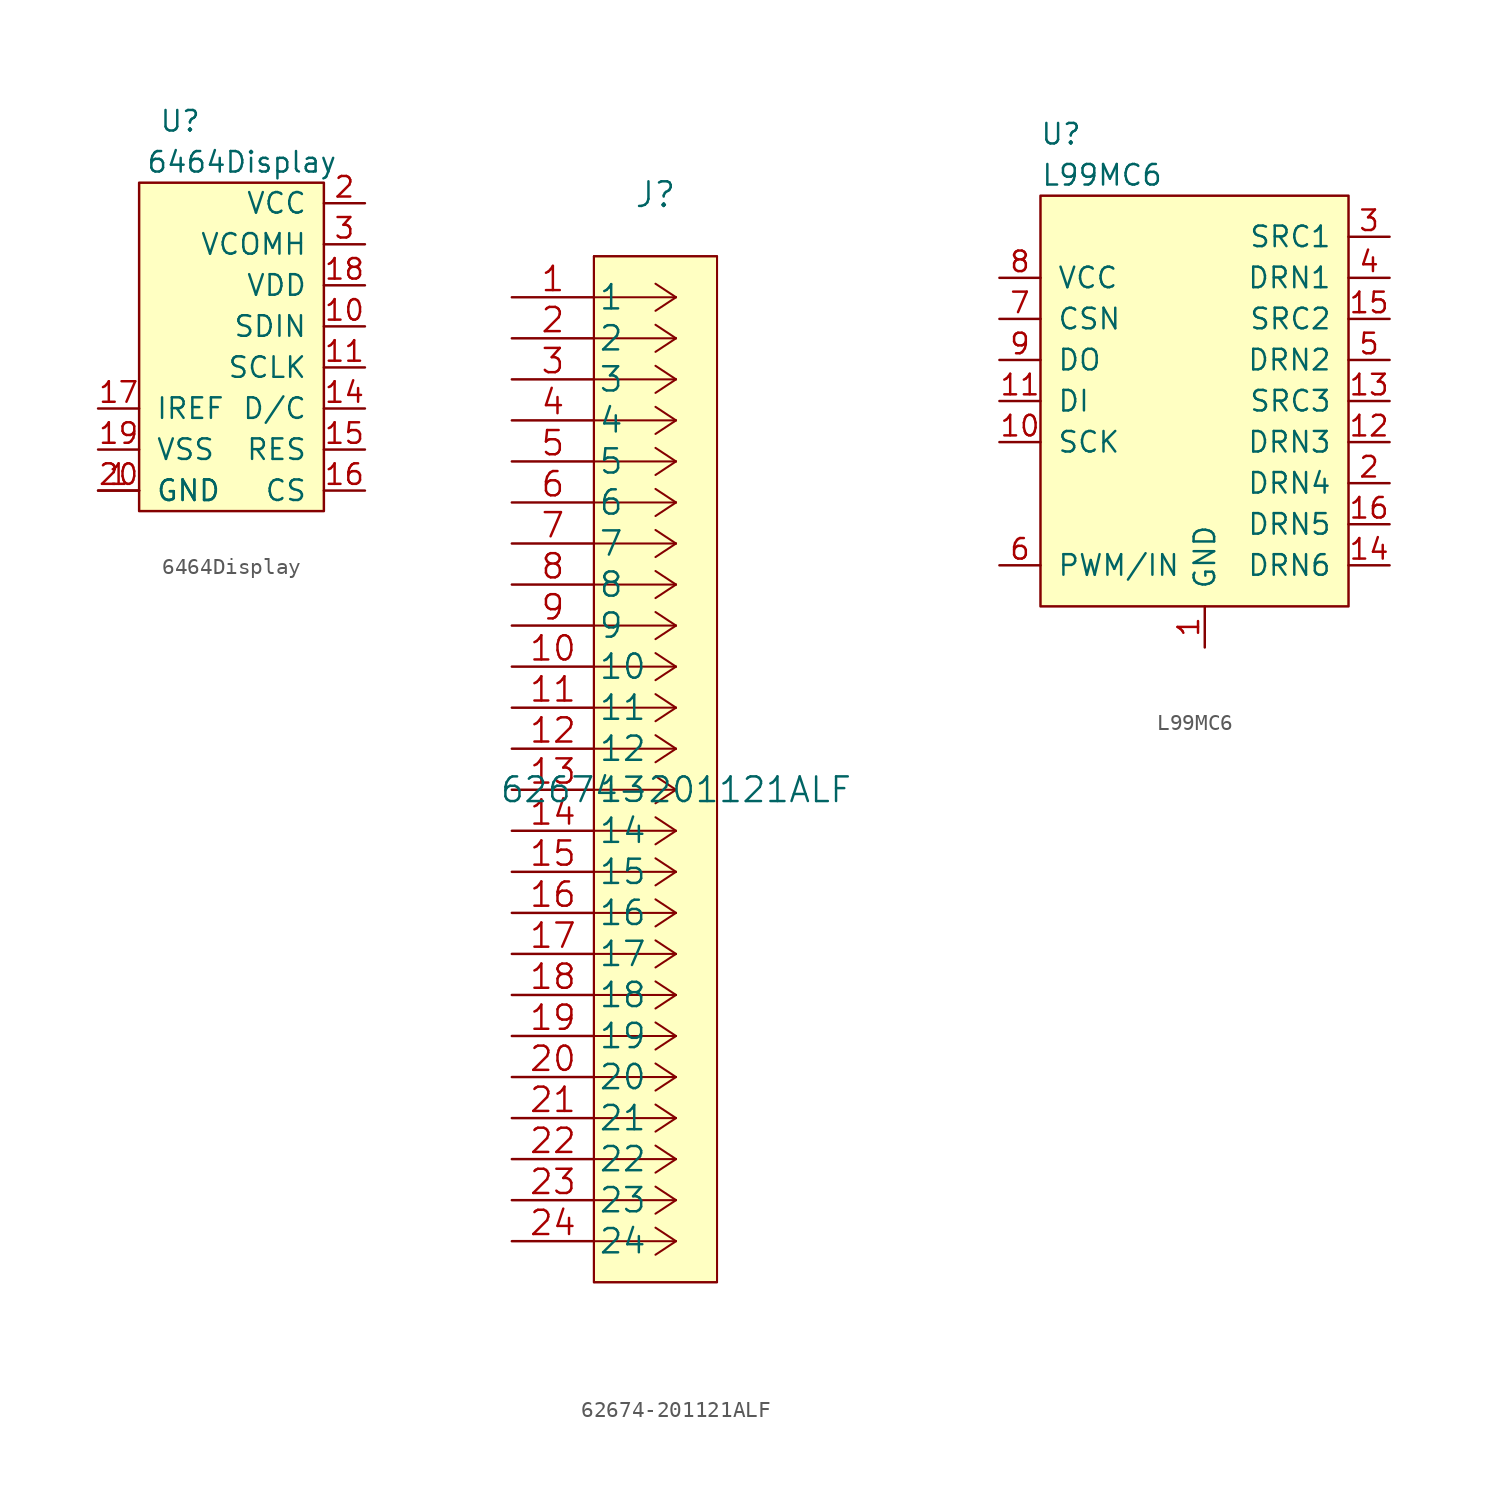
<source format=kicad_sym>
(kicad_symbol_lib
  (version 20220914)
  (generator kicad_symbol_editor)
  (symbol "6464Display"
    (pin_names
      (offset 1.016))
    (property "Reference" "U"
      (at 2.54 24.13 0)
      (effects (font (size 1.27 1.27))))
    (property "Value" "6464Display"
      (at 6.35 21.59 0)
      (effects (font (size 1.27 1.27))))
    (symbol "6464Display_0_1"
      (rectangle (start 0 0) (end 11.43 20.32) (stroke (width 0) (type solid)) (fill (type background))))
    (symbol "6464Display_1_1"
      (pin input line (at -2.54 1.27 0) (length 2.54) (name "GND" (effects (font (size 1.27 1.27)))) (number "1" (effects (font (size 1.27 1.27)))))
      (pin input line (at 13.97 11.43 180) (length 2.54) (name "SDIN" (effects (font (size 1.27 1.27)))) (number "10" (effects (font (size 1.27 1.27)))))
      (pin input line (at 13.97 8.89 180) (length 2.54) (name "SCLK" (effects (font (size 1.27 1.27)))) (number "11" (effects (font (size 1.27 1.27)))))
      (pin input line (at 13.97 6.35 180) (length 2.54) (name "D/C" (effects (font (size 1.27 1.27)))) (number "14" (effects (font (size 1.27 1.27)))))
      (pin input line (at 13.97 3.81 180) (length 2.54) (name "RES" (effects (font (size 1.27 1.27)))) (number "15" (effects (font (size 1.27 1.27)))))
      (pin input line (at 13.97 1.27 180) (length 2.54) (name "CS" (effects (font (size 1.27 1.27)))) (number "16" (effects (font (size 1.27 1.27)))))
      (pin input line (at -2.54 6.35 0) (length 2.54) (name "IREF" (effects (font (size 1.27 1.27)))) (number "17" (effects (font (size 1.27 1.27)))))
      (pin input line (at 13.97 13.97 180) (length 2.54) (name "VDD" (effects (font (size 1.27 1.27)))) (number "18" (effects (font (size 1.27 1.27)))))
      (pin input line (at -2.54 3.81 0) (length 2.54) (name "VSS" (effects (font (size 1.27 1.27)))) (number "19" (effects (font (size 1.27 1.27)))))
      (pin input line (at 13.97 19.05 180) (length 2.54) (name "VCC" (effects (font (size 1.27 1.27)))) (number "2" (effects (font (size 1.27 1.27)))))
      (pin input line (at -2.54 1.27 0) (length 2.54) (name "GND" (effects (font (size 1.27 1.27)))) (number "20" (effects (font (size 1.27 1.27)))))
      (pin input line (at 13.97 16.51 180) (length 2.54) (name "VCOMH" (effects (font (size 1.27 1.27)))) (number "3" (effects (font (size 1.27 1.27)))))))
  (symbol "62674-201121ALF"
    (pin_names
      (offset 0.254))
    (property "Reference" "J"
      (at 8.89 6.35 0)
      (effects (font (size 1.524 1.524))))
    (property "Value" "62674-201121ALF"
      (at 10.16 -30.48 0)
      (effects (font (size 1.524 1.524))))
    (property "Datasheet" ""
      (at 0 0 0)
      (effects (font (size 1.524 1.524))))
    (symbol "62674-201121ALF_1_0"
      (polyline (pts (xy 5.08 -60.96) (xy 12.7 -60.96)) (stroke (width 0.127) (type solid)) (fill (type none)))
      (polyline (pts (xy 5.08 2.54) (xy 5.08 -60.96)) (stroke (width 0.127) (type solid)) (fill (type none)))
      (polyline (pts (xy 10.16 -58.42) (xy 5.08 -58.42)) (stroke (width 0.127) (type solid)) (fill (type none)))
      (polyline (pts (xy 10.16 -58.42) (xy 8.89 -59.258)) (stroke (width 0.127) (type solid)) (fill (type none)))
      (polyline (pts (xy 10.16 -58.42) (xy 8.89 -57.582)) (stroke (width 0.127) (type solid)) (fill (type none)))
      (polyline (pts (xy 10.16 -55.88) (xy 5.08 -55.88)) (stroke (width 0.127) (type solid)) (fill (type none)))
      (polyline (pts (xy 10.16 -55.88) (xy 8.89 -56.718)) (stroke (width 0.127) (type solid)) (fill (type none)))
      (polyline (pts (xy 10.16 -55.88) (xy 8.89 -55.042)) (stroke (width 0.127) (type solid)) (fill (type none)))
      (polyline (pts (xy 10.16 -53.34) (xy 5.08 -53.34)) (stroke (width 0.127) (type solid)) (fill (type none)))
      (polyline (pts (xy 10.16 -53.34) (xy 8.89 -54.178)) (stroke (width 0.127) (type solid)) (fill (type none)))
      (polyline (pts (xy 10.16 -53.34) (xy 8.89 -52.502)) (stroke (width 0.127) (type solid)) (fill (type none)))
      (polyline (pts (xy 10.16 -50.8) (xy 5.08 -50.8)) (stroke (width 0.127) (type solid)) (fill (type none)))
      (polyline (pts (xy 10.16 -50.8) (xy 8.89 -51.638)) (stroke (width 0.127) (type solid)) (fill (type none)))
      (polyline (pts (xy 10.16 -50.8) (xy 8.89 -49.962)) (stroke (width 0.127) (type solid)) (fill (type none)))
      (polyline (pts (xy 10.16 -48.26) (xy 5.08 -48.26)) (stroke (width 0.127) (type solid)) (fill (type none)))
      (polyline (pts (xy 10.16 -48.26) (xy 8.89 -49.098)) (stroke (width 0.127) (type solid)) (fill (type none)))
      (polyline (pts (xy 10.16 -48.26) (xy 8.89 -47.422)) (stroke (width 0.127) (type solid)) (fill (type none)))
      (polyline (pts (xy 10.16 -45.72) (xy 5.08 -45.72)) (stroke (width 0.127) (type solid)) (fill (type none)))
      (polyline (pts (xy 10.16 -45.72) (xy 8.89 -46.558)) (stroke (width 0.127) (type solid)) (fill (type none)))
      (polyline (pts (xy 10.16 -45.72) (xy 8.89 -44.882)) (stroke (width 0.127) (type solid)) (fill (type none)))
      (polyline (pts (xy 10.16 -43.18) (xy 5.08 -43.18)) (stroke (width 0.127) (type solid)) (fill (type none)))
      (polyline (pts (xy 10.16 -43.18) (xy 8.89 -44.018)) (stroke (width 0.127) (type solid)) (fill (type none)))
      (polyline (pts (xy 10.16 -43.18) (xy 8.89 -42.342)) (stroke (width 0.127) (type solid)) (fill (type none)))
      (polyline (pts (xy 10.16 -40.64) (xy 5.08 -40.64)) (stroke (width 0.127) (type solid)) (fill (type none)))
      (polyline (pts (xy 10.16 -40.64) (xy 8.89 -41.478)) (stroke (width 0.127) (type solid)) (fill (type none)))
      (polyline (pts (xy 10.16 -40.64) (xy 8.89 -39.802)) (stroke (width 0.127) (type solid)) (fill (type none)))
      (polyline (pts (xy 10.16 -38.1) (xy 5.08 -38.1)) (stroke (width 0.127) (type solid)) (fill (type none)))
      (polyline (pts (xy 10.16 -38.1) (xy 8.89 -38.938)) (stroke (width 0.127) (type solid)) (fill (type none)))
      (polyline (pts (xy 10.16 -38.1) (xy 8.89 -37.262)) (stroke (width 0.127) (type solid)) (fill (type none)))
      (polyline (pts (xy 10.16 -35.56) (xy 5.08 -35.56)) (stroke (width 0.127) (type solid)) (fill (type none)))
      (polyline (pts (xy 10.16 -35.56) (xy 8.89 -36.398)) (stroke (width 0.127) (type solid)) (fill (type none)))
      (polyline (pts (xy 10.16 -35.56) (xy 8.89 -34.722)) (stroke (width 0.127) (type solid)) (fill (type none)))
      (polyline (pts (xy 10.16 -33.02) (xy 5.08 -33.02)) (stroke (width 0.127) (type solid)) (fill (type none)))
      (polyline (pts (xy 10.16 -33.02) (xy 8.89 -33.858)) (stroke (width 0.127) (type solid)) (fill (type none)))
      (polyline (pts (xy 10.16 -33.02) (xy 8.89 -32.182)) (stroke (width 0.127) (type solid)) (fill (type none)))
      (polyline (pts (xy 10.16 -30.48) (xy 5.08 -30.48)) (stroke (width 0.127) (type solid)) (fill (type none)))
      (polyline (pts (xy 10.16 -30.48) (xy 8.89 -31.318)) (stroke (width 0.127) (type solid)) (fill (type none)))
      (polyline (pts (xy 10.16 -30.48) (xy 8.89 -29.642)) (stroke (width 0.127) (type solid)) (fill (type none)))
      (polyline (pts (xy 10.16 -27.94) (xy 5.08 -27.94)) (stroke (width 0.127) (type solid)) (fill (type none)))
      (polyline (pts (xy 10.16 -27.94) (xy 8.89 -28.778)) (stroke (width 0.127) (type solid)) (fill (type none)))
      (polyline (pts (xy 10.16 -27.94) (xy 8.89 -27.102)) (stroke (width 0.127) (type solid)) (fill (type none)))
      (polyline (pts (xy 10.16 -25.4) (xy 5.08 -25.4)) (stroke (width 0.127) (type solid)) (fill (type none)))
      (polyline (pts (xy 10.16 -25.4) (xy 8.89 -26.238)) (stroke (width 0.127) (type solid)) (fill (type none)))
      (polyline (pts (xy 10.16 -25.4) (xy 8.89 -24.562)) (stroke (width 0.127) (type solid)) (fill (type none)))
      (polyline (pts (xy 10.16 -22.86) (xy 5.08 -22.86)) (stroke (width 0.127) (type solid)) (fill (type none)))
      (polyline (pts (xy 10.16 -22.86) (xy 8.89 -23.698)) (stroke (width 0.127) (type solid)) (fill (type none)))
      (polyline (pts (xy 10.16 -22.86) (xy 8.89 -22.022)) (stroke (width 0.127) (type solid)) (fill (type none)))
      (polyline (pts (xy 10.16 -20.32) (xy 5.08 -20.32)) (stroke (width 0.127) (type solid)) (fill (type none)))
      (polyline (pts (xy 10.16 -20.32) (xy 8.89 -21.158)) (stroke (width 0.127) (type solid)) (fill (type none)))
      (polyline (pts (xy 10.16 -20.32) (xy 8.89 -19.482)) (stroke (width 0.127) (type solid)) (fill (type none)))
      (polyline (pts (xy 10.16 -17.78) (xy 5.08 -17.78)) (stroke (width 0.127) (type solid)) (fill (type none)))
      (polyline (pts (xy 10.16 -17.78) (xy 8.89 -18.618)) (stroke (width 0.127) (type solid)) (fill (type none)))
      (polyline (pts (xy 10.16 -17.78) (xy 8.89 -16.942)) (stroke (width 0.127) (type solid)) (fill (type none)))
      (polyline (pts (xy 10.16 -15.24) (xy 5.08 -15.24)) (stroke (width 0.127) (type solid)) (fill (type none)))
      (polyline (pts (xy 10.16 -15.24) (xy 8.89 -16.078)) (stroke (width 0.127) (type solid)) (fill (type none)))
      (polyline (pts (xy 10.16 -15.24) (xy 8.89 -14.402)) (stroke (width 0.127) (type solid)) (fill (type none)))
      (polyline (pts (xy 10.16 -12.7) (xy 5.08 -12.7)) (stroke (width 0.127) (type solid)) (fill (type none)))
      (polyline (pts (xy 10.16 -12.7) (xy 8.89 -13.538)) (stroke (width 0.127) (type solid)) (fill (type none)))
      (polyline (pts (xy 10.16 -12.7) (xy 8.89 -11.862)) (stroke (width 0.127) (type solid)) (fill (type none)))
      (polyline (pts (xy 10.16 -10.16) (xy 5.08 -10.16)) (stroke (width 0.127) (type solid)) (fill (type none)))
      (polyline (pts (xy 10.16 -10.16) (xy 8.89 -10.998)) (stroke (width 0.127) (type solid)) (fill (type none)))
      (polyline (pts (xy 10.16 -10.16) (xy 8.89 -9.322)) (stroke (width 0.127) (type solid)) (fill (type none)))
      (polyline (pts (xy 10.16 -7.62) (xy 5.08 -7.62)) (stroke (width 0.127) (type solid)) (fill (type none)))
      (polyline (pts (xy 10.16 -7.62) (xy 8.89 -8.458)) (stroke (width 0.127) (type solid)) (fill (type none)))
      (polyline (pts (xy 10.16 -7.62) (xy 8.89 -6.782)) (stroke (width 0.127) (type solid)) (fill (type none)))
      (polyline (pts (xy 10.16 -5.08) (xy 5.08 -5.08)) (stroke (width 0.127) (type solid)) (fill (type none)))
      (polyline (pts (xy 10.16 -5.08) (xy 8.89 -5.918)) (stroke (width 0.127) (type solid)) (fill (type none)))
      (polyline (pts (xy 10.16 -5.08) (xy 8.89 -4.242)) (stroke (width 0.127) (type solid)) (fill (type none)))
      (polyline (pts (xy 10.16 -2.54) (xy 5.08 -2.54)) (stroke (width 0.127) (type solid)) (fill (type none)))
      (polyline (pts (xy 10.16 -2.54) (xy 8.89 -3.378)) (stroke (width 0.127) (type solid)) (fill (type none)))
      (polyline (pts (xy 10.16 -2.54) (xy 8.89 -1.702)) (stroke (width 0.127) (type solid)) (fill (type none)))
      (polyline (pts (xy 10.16 0) (xy 5.08 0)) (stroke (width 0.127) (type solid)) (fill (type none)))
      (polyline (pts (xy 10.16 0) (xy 8.89 -0.838)) (stroke (width 0.127) (type solid)) (fill (type none)))
      (polyline (pts (xy 10.16 0) (xy 8.89 0.838)) (stroke (width 0.127) (type solid)) (fill (type none)))
      (polyline (pts (xy 12.7 2.54) (xy 5.08 2.54)) (stroke (width 0.127) (type solid)) (fill (type none)))
      (rectangle (start 5.08 -60.96) (end 12.7 2.54) (stroke (width 0.127) (type solid)) (fill (type background)))
      (pin unspecified line (at 0 0 0) (length 5.08) (name "1" (effects (font (size 1.499 1.499)))) (number "1" (effects (font (size 1.499 1.499)))))
      (pin unspecified line (at 0 -22.86 0) (length 5.08) (name "10" (effects (font (size 1.499 1.499)))) (number "10" (effects (font (size 1.499 1.499)))))
      (pin unspecified line (at 0 -25.4 0) (length 5.08) (name "11" (effects (font (size 1.499 1.499)))) (number "11" (effects (font (size 1.499 1.499)))))
      (pin unspecified line (at 0 -27.94 0) (length 5.08) (name "12" (effects (font (size 1.499 1.499)))) (number "12" (effects (font (size 1.499 1.499)))))
      (pin unspecified line (at 0 -30.48 0) (length 5.08) (name "13" (effects (font (size 1.499 1.499)))) (number "13" (effects (font (size 1.499 1.499)))))
      (pin unspecified line (at 0 -33.02 0) (length 5.08) (name "14" (effects (font (size 1.499 1.499)))) (number "14" (effects (font (size 1.499 1.499)))))
      (pin unspecified line (at 0 -35.56 0) (length 5.08) (name "15" (effects (font (size 1.499 1.499)))) (number "15" (effects (font (size 1.499 1.499)))))
      (pin unspecified line (at 0 -38.1 0) (length 5.08) (name "16" (effects (font (size 1.499 1.499)))) (number "16" (effects (font (size 1.499 1.499)))))
      (pin unspecified line (at 0 -40.64 0) (length 5.08) (name "17" (effects (font (size 1.499 1.499)))) (number "17" (effects (font (size 1.499 1.499)))))
      (pin unspecified line (at 0 -43.18 0) (length 5.08) (name "18" (effects (font (size 1.499 1.499)))) (number "18" (effects (font (size 1.499 1.499)))))
      (pin unspecified line (at 0 -45.72 0) (length 5.08) (name "19" (effects (font (size 1.499 1.499)))) (number "19" (effects (font (size 1.499 1.499)))))
      (pin unspecified line (at 0 -2.54 0) (length 5.08) (name "2" (effects (font (size 1.499 1.499)))) (number "2" (effects (font (size 1.499 1.499)))))
      (pin unspecified line (at 0 -48.26 0) (length 5.08) (name "20" (effects (font (size 1.499 1.499)))) (number "20" (effects (font (size 1.499 1.499)))))
      (pin unspecified line (at 0 -50.8 0) (length 5.08) (name "21" (effects (font (size 1.499 1.499)))) (number "21" (effects (font (size 1.499 1.499)))))
      (pin unspecified line (at 0 -53.34 0) (length 5.08) (name "22" (effects (font (size 1.499 1.499)))) (number "22" (effects (font (size 1.499 1.499)))))
      (pin unspecified line (at 0 -55.88 0) (length 5.08) (name "23" (effects (font (size 1.499 1.499)))) (number "23" (effects (font (size 1.499 1.499)))))
      (pin unspecified line (at 0 -58.42 0) (length 5.08) (name "24" (effects (font (size 1.499 1.499)))) (number "24" (effects (font (size 1.499 1.499)))))
      (pin unspecified line (at 0 -5.08 0) (length 5.08) (name "3" (effects (font (size 1.499 1.499)))) (number "3" (effects (font (size 1.499 1.499)))))
      (pin unspecified line (at 0 -7.62 0) (length 5.08) (name "4" (effects (font (size 1.499 1.499)))) (number "4" (effects (font (size 1.499 1.499)))))
      (pin unspecified line (at 0 -10.16 0) (length 5.08) (name "5" (effects (font (size 1.499 1.499)))) (number "5" (effects (font (size 1.499 1.499)))))
      (pin unspecified line (at 0 -12.7 0) (length 5.08) (name "6" (effects (font (size 1.499 1.499)))) (number "6" (effects (font (size 1.499 1.499)))))
      (pin unspecified line (at 0 -15.24 0) (length 5.08) (name "7" (effects (font (size 1.499 1.499)))) (number "7" (effects (font (size 1.499 1.499)))))
      (pin unspecified line (at 0 -17.78 0) (length 5.08) (name "8" (effects (font (size 1.499 1.499)))) (number "8" (effects (font (size 1.499 1.499)))))
      (pin unspecified line (at 0 -20.32 0) (length 5.08) (name "9" (effects (font (size 1.499 1.499)))) (number "9" (effects (font (size 1.499 1.499)))))))
  (symbol "L99MC6"
    (pin_names
      (offset 1.016))
    (property "Reference" "U"
      (at 1.27 29.21 0)
      (effects (font (size 1.27 1.27))))
    (property "Value" "L99MC6"
      (at 3.81 26.67 0)
      (effects (font (size 1.27 1.27))))
    (symbol "L99MC6_0_1"
      (rectangle (start 0 0) (end 19.05 25.4) (stroke (width 0) (type solid)) (fill (type background))))
    (symbol "L99MC6_1_1"
      (pin input line (at 10.16 -2.54 90) (length 2.54) (name "GND" (effects (font (size 1.27 1.27)))) (number "1" (effects (font (size 1.27 1.27)))))
      (pin input line (at -2.54 10.16 0) (length 2.54) (name "SCK" (effects (font (size 1.27 1.27)))) (number "10" (effects (font (size 1.27 1.27)))))
      (pin input line (at -2.54 12.7 0) (length 2.54) (name "DI" (effects (font (size 1.27 1.27)))) (number "11" (effects (font (size 1.27 1.27)))))
      (pin input line (at 21.59 10.16 180) (length 2.54) (name "DRN3" (effects (font (size 1.27 1.27)))) (number "12" (effects (font (size 1.27 1.27)))))
      (pin input line (at 21.59 12.7 180) (length 2.54) (name "SRC3" (effects (font (size 1.27 1.27)))) (number "13" (effects (font (size 1.27 1.27)))))
      (pin input line (at 21.59 2.54 180) (length 2.54) (name "DRN6" (effects (font (size 1.27 1.27)))) (number "14" (effects (font (size 1.27 1.27)))))
      (pin input line (at 21.59 17.78 180) (length 2.54) (name "SRC2" (effects (font (size 1.27 1.27)))) (number "15" (effects (font (size 1.27 1.27)))))
      (pin input line (at 21.59 5.08 180) (length 2.54) (name "DRN5" (effects (font (size 1.27 1.27)))) (number "16" (effects (font (size 1.27 1.27)))))
      (pin input line (at 21.59 7.62 180) (length 2.54) (name "DRN4" (effects (font (size 1.27 1.27)))) (number "2" (effects (font (size 1.27 1.27)))))
      (pin input line (at 21.59 22.86 180) (length 2.54) (name "SRC1" (effects (font (size 1.27 1.27)))) (number "3" (effects (font (size 1.27 1.27)))))
      (pin input line (at 21.59 20.32 180) (length 2.54) (name "DRN1" (effects (font (size 1.27 1.27)))) (number "4" (effects (font (size 1.27 1.27)))))
      (pin input line (at 21.59 15.24 180) (length 2.54) (name "DRN2" (effects (font (size 1.27 1.27)))) (number "5" (effects (font (size 1.27 1.27)))))
      (pin input line (at -2.54 2.54 0) (length 2.54) (name "PWM/IN" (effects (font (size 1.27 1.27)))) (number "6" (effects (font (size 1.27 1.27)))))
      (pin input line (at -2.54 17.78 0) (length 2.54) (name "CSN" (effects (font (size 1.27 1.27)))) (number "7" (effects (font (size 1.27 1.27)))))
      (pin input line (at -2.54 20.32 0) (length 2.54) (name "VCC" (effects (font (size 1.27 1.27)))) (number "8" (effects (font (size 1.27 1.27)))))
      (pin input line (at -2.54 15.24 0) (length 2.54) (name "DO" (effects (font (size 1.27 1.27)))) (number "9" (effects (font (size 1.27 1.27))))))))
</source>
